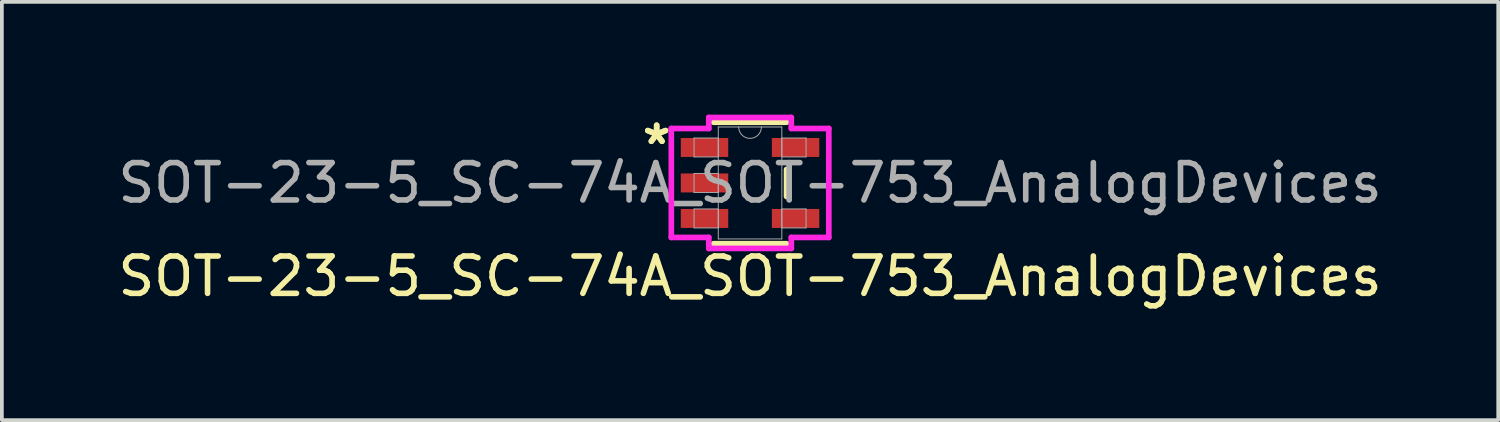
<source format=kicad_pcb>
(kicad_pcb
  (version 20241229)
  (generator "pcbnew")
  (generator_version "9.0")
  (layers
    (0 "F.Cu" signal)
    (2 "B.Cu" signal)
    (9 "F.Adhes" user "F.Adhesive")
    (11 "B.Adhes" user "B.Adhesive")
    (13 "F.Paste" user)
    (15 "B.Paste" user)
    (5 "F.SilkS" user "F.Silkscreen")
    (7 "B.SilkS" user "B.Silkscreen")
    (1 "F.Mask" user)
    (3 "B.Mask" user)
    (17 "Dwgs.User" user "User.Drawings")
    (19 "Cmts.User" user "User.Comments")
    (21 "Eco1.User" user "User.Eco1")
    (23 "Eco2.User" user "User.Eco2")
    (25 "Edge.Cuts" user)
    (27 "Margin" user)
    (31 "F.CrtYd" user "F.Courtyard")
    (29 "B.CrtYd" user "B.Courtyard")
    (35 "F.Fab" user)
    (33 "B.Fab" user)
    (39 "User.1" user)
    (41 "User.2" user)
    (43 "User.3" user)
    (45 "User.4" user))
  (footprint "SOT-23-5_SC-74A_SOT-753_AnalogDevices"
    (layer "F.Cu")
    (at 17.03 1.848)
    (property "Reference" "SOT-23-5_SC-74A_SOT-753_AnalogDevices" (at 0 2.5 0) (unlocked yes) (layer "F.SilkS") (effects (font (size 1 1) (thickness 0.15))))
    (attr smd)
    (fp_line (start -0.978 1.626) (end 0.978 1.626) (stroke (width 0.152) (type solid)) (layer "F.SilkS"))
    (fp_line (start 0.978 -1.626) (end -0.978 -1.626) (stroke (width 0.152) (type solid)) (layer "F.SilkS"))
    (fp_line (start 0.978 0.363) (end 0.978 -0.363) (stroke (width 0.152) (type solid)) (layer "F.SilkS"))
    (fp_line (start -2.108 -1.458) (end -1.105 -1.458) (stroke (width 0.152) (type solid)) (layer "F.CrtYd"))
    (fp_line (start -2.108 1.458) (end -2.108 -1.458) (stroke (width 0.152) (type solid)) (layer "F.CrtYd"))
    (fp_line (start -1.105 -1.753) (end 1.105 -1.753) (stroke (width 0.152) (type solid)) (layer "F.CrtYd"))
    (fp_line (start -1.105 -1.458) (end -1.105 -1.753) (stroke (width 0.152) (type solid)) (layer "F.CrtYd"))
    (fp_line (start -1.105 1.458) (end -2.108 1.458) (stroke (width 0.152) (type solid)) (layer "F.CrtYd"))
    (fp_line (start -1.105 1.753) (end -1.105 1.458) (stroke (width 0.152) (type solid)) (layer "F.CrtYd"))
    (fp_line (start 1.105 -1.753) (end 1.105 -1.458) (stroke (width 0.152) (type solid)) (layer "F.CrtYd"))
    (fp_line (start 1.105 -1.458) (end 2.108 -1.458) (stroke (width 0.152) (type solid)) (layer "F.CrtYd"))
    (fp_line (start 1.105 1.458) (end 1.105 1.753) (stroke (width 0.152) (type solid)) (layer "F.CrtYd"))
    (fp_line (start 1.105 1.753) (end -1.105 1.753) (stroke (width 0.152) (type solid)) (layer "F.CrtYd"))
    (fp_line (start 2.108 -1.458) (end 2.108 1.458) (stroke (width 0.152) (type solid)) (layer "F.CrtYd"))
    (fp_line (start 2.108 1.458) (end 1.105 1.458) (stroke (width 0.152) (type solid)) (layer "F.CrtYd"))
    (fp_line (start -1.499 -1.204) (end -1.499 -0.696) (stroke (width 0.025) (type solid)) (layer "F.Fab"))
    (fp_line (start -1.499 -0.696) (end -0.851 -0.696) (stroke (width 0.025) (type solid)) (layer "F.Fab"))
    (fp_line (start -1.499 -0.254) (end -1.499 0.254) (stroke (width 0.025) (type solid)) (layer "F.Fab"))
    (fp_line (start -1.499 0.254) (end -0.851 0.254) (stroke (width 0.025) (type solid)) (layer "F.Fab"))
    (fp_line (start -1.499 0.696) (end -1.499 1.204) (stroke (width 0.025) (type solid)) (layer "F.Fab"))
    (fp_line (start -1.499 1.204) (end -0.851 1.204) (stroke (width 0.025) (type solid)) (layer "F.Fab"))
    (fp_line (start -0.851 -1.499) (end -0.851 1.499) (stroke (width 0.025) (type solid)) (layer "F.Fab"))
    (fp_line (start -0.851 -1.204) (end -1.499 -1.204) (stroke (width 0.025) (type solid)) (layer "F.Fab"))
    (fp_line (start -0.851 -0.696) (end -0.851 -1.204) (stroke (width 0.025) (type solid)) (layer "F.Fab"))
    (fp_line (start -0.851 -0.254) (end -1.499 -0.254) (stroke (width 0.025) (type solid)) (layer "F.Fab"))
    (fp_line (start -0.851 0.254) (end -0.851 -0.254) (stroke (width 0.025) (type solid)) (layer "F.Fab"))
    (fp_line (start -0.851 0.696) (end -1.499 0.696) (stroke (width 0.025) (type solid)) (layer "F.Fab"))
    (fp_line (start -0.851 1.204) (end -0.851 0.696) (stroke (width 0.025) (type solid)) (layer "F.Fab"))
    (fp_line (start -0.851 1.499) (end 0.851 1.499) (stroke (width 0.025) (type solid)) (layer "F.Fab"))
    (fp_line (start 0.851 -1.499) (end -0.851 -1.499) (stroke (width 0.025) (type solid)) (layer "F.Fab"))
    (fp_line (start 0.851 -1.204) (end 0.851 -0.696) (stroke (width 0.025) (type solid)) (layer "F.Fab"))
    (fp_line (start 0.851 -0.696) (end 1.499 -0.696) (stroke (width 0.025) (type solid)) (layer "F.Fab"))
    (fp_line (start 0.851 0.696) (end 0.851 1.204) (stroke (width 0.025) (type solid)) (layer "F.Fab"))
    (fp_line (start 0.851 1.204) (end 1.499 1.204) (stroke (width 0.025) (type solid)) (layer "F.Fab"))
    (fp_line (start 0.851 1.499) (end 0.851 -1.499) (stroke (width 0.025) (type solid)) (layer "F.Fab"))
    (fp_line (start 1.499 -1.204) (end 0.851 -1.204) (stroke (width 0.025) (type solid)) (layer "F.Fab"))
    (fp_line (start 1.499 -0.696) (end 1.499 -1.204) (stroke (width 0.025) (type solid)) (layer "F.Fab"))
    (fp_line (start 1.499 0.696) (end 0.851 0.696) (stroke (width 0.025) (type solid)) (layer "F.Fab"))
    (fp_line (start 1.499 1.204) (end 1.499 0.696) (stroke (width 0.025) (type solid)) (layer "F.Fab"))
    (fp_arc (start 0.3048 -1.4986) (mid 0 -1.1938) (end -0.3048 -1.4986) (stroke (width 0.0254) (type solid)) (layer "F.Fab"))
    (fp_text user "*" (at -2.5 -1 0) (unlocked yes) (layer "F.SilkS") (effects (font (size 1 1) (thickness 0.15))))
    (fp_text user "*" (at -2.5 -1 0) (layer "F.SilkS") (effects (font (size 1 1) (thickness 0.15))))
    (fp_text user "${REFERENCE}" (at 0 0 0) (unlocked yes) (layer "F.Fab") (effects (font (size 1 1) (thickness 0.15))))
    (pad "1" smd rect (at -1.219 -0.95) (size 1.27 0.508) (layers "F.Cu" "F.Mask" "F.Paste"))
    (pad "2" smd rect (at -1.219 0) (size 1.27 0.508) (layers "F.Cu" "F.Mask" "F.Paste"))
    (pad "3" smd rect (at -1.219 0.95) (size 1.27 0.508) (layers "F.Cu" "F.Mask" "F.Paste"))
    (pad "4" smd rect (at 1.219 0.95) (size 1.27 0.508) (layers "F.Cu" "F.Mask" "F.Paste"))
    (pad "5" smd rect (at 1.219 -0.95) (size 1.27 0.508) (layers "F.Cu" "F.Mask" "F.Paste")))
  (gr_rect
    (start -3 -3)
    (end 37.06 8.197)
    (stroke (width 0.1) (type default))
    (fill no)
    (layer "Edge.Cuts")))
</source>
